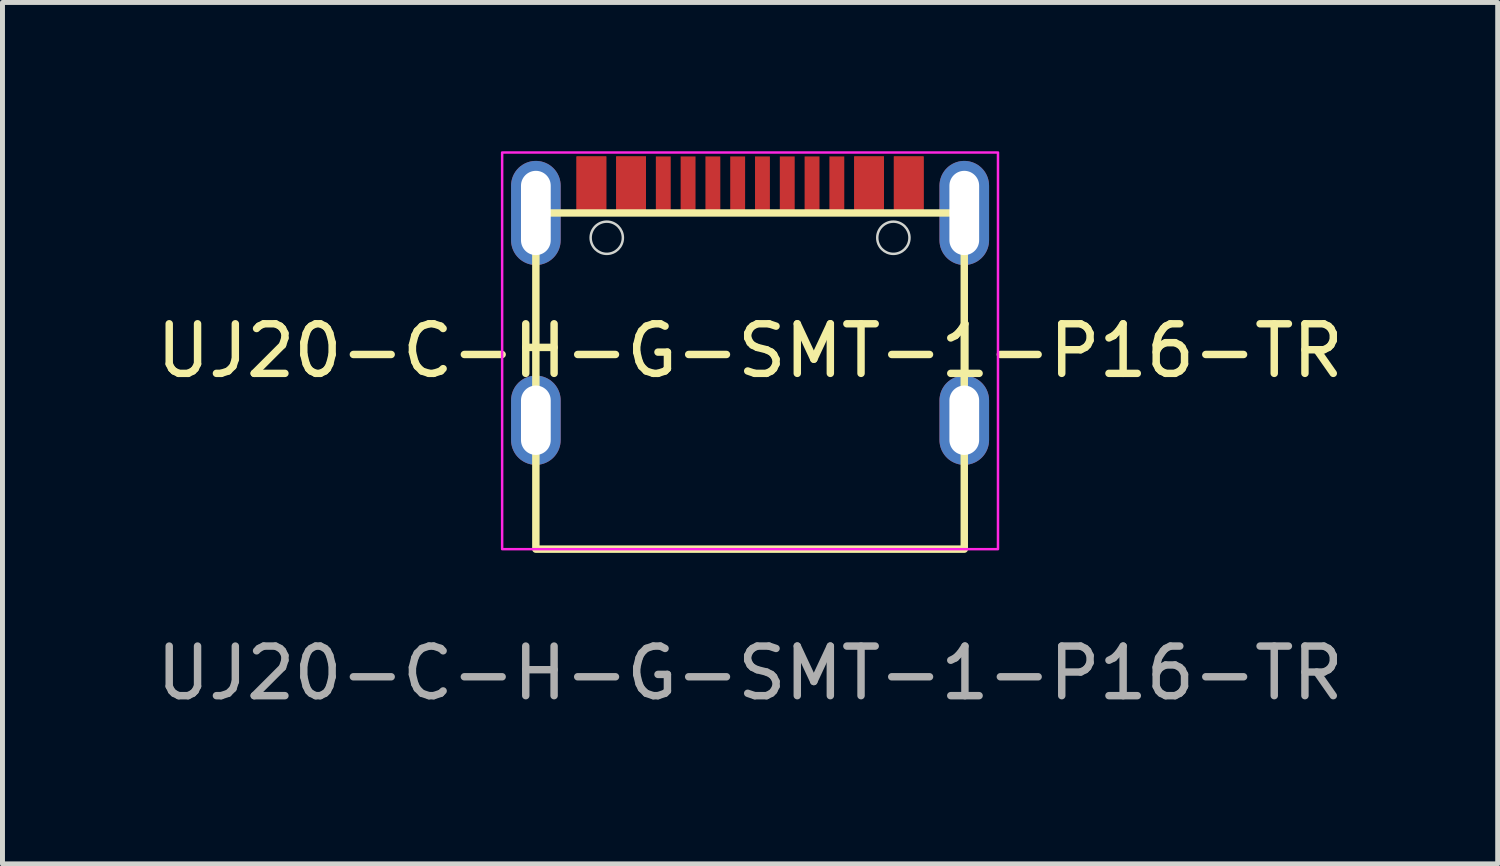
<source format=kicad_pcb>
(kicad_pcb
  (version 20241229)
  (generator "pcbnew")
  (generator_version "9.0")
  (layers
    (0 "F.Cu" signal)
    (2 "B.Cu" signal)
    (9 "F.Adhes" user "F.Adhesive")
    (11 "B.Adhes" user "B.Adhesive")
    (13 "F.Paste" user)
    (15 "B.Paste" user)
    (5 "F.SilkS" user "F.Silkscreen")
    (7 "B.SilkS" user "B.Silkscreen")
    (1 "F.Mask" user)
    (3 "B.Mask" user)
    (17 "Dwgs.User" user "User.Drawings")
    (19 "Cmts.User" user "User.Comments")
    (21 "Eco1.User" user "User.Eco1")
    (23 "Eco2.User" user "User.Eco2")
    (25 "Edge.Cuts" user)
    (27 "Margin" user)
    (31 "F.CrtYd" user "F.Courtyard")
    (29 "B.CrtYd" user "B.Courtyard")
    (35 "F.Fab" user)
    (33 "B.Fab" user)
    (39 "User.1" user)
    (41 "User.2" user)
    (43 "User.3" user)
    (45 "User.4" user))
  (footprint "UJ20-C-H-G-SMT-1-P16-TR"
    (layer "F.Cu")
    (at 12.077 8.025)
    (property "Reference" "UJ20-C-H-G-SMT-1-P16-TR" (at 0 -4 0) (unlocked yes) (layer "F.SilkS") (effects (font (size 1 1) (thickness 0.15))))
    (attr smd)
    (fp_rect (start -4.32 0) (end 4.32 -6.78) (stroke (width 0.15) (type solid)) (fill no) (layer "F.SilkS"))
    (fp_circle (center -2.89 -6.28) (end -2.565 -6.28) (stroke (width 0.05) (type solid)) (fill no) (layer "Edge.Cuts"))
    (fp_circle (center 2.89 -6.28) (end 3.215 -6.28) (stroke (width 0.05) (type solid)) (fill no) (layer "Edge.Cuts"))
    (fp_rect (start -5 -8) (end 5 0) (stroke (width 0.05) (type default)) (fill no) (layer "F.CrtYd"))
    (fp_text user "${REFERENCE}" (at 0 2.5 0) (unlocked yes) (layer "F.Fab") (effects (font (size 1 1) (thickness 0.15))))
    (pad "A1" smd rect (at -3.2 -7.35) (size 0.6 1.14) (layers "F.Cu" "F.Mask" "F.Paste"))
    (pad "A4" smd rect (at -2.4 -7.35) (size 0.6 1.14) (layers "F.Cu" "F.Mask" "F.Paste"))
    (pad "A5" smd rect (at -1.25 -7.35) (size 0.3 1.14) (layers "F.Cu" "F.Mask" "F.Paste"))
    (pad "A6" smd rect (at -0.25 -7.35) (size 0.3 1.14) (layers "F.Cu" "F.Mask" "F.Paste"))
    (pad "A7" smd rect (at 0.25 -7.35) (size 0.3 1.14) (layers "F.Cu" "F.Mask" "F.Paste"))
    (pad "A8" smd rect (at 1.25 -7.35) (size 0.3 1.14) (layers "F.Cu" "F.Mask" "F.Paste"))
    (pad "A9" smd rect (at 2.4 -7.35) (size 0.6 1.14) (layers "F.Cu" "F.Mask" "F.Paste"))
    (pad "A12" smd rect (at 3.2 -7.35) (size 0.6 1.14) (layers "F.Cu" "F.Mask" "F.Paste"))
    (pad "B1" smd rect (at 3.2 -7.35) (size 0.6 1.14) (layers "F.Cu" "F.Mask" "F.Paste"))
    (pad "B4" smd rect (at 2.4 -7.35) (size 0.6 1.14) (layers "F.Cu" "F.Mask" "F.Paste"))
    (pad "B5" smd rect (at 1.75 -7.35) (size 0.3 1.14) (layers "F.Cu" "F.Mask" "F.Paste"))
    (pad "B6" smd rect (at 0.75 -7.35) (size 0.3 1.14) (layers "F.Cu" "F.Mask" "F.Paste"))
    (pad "B7" smd rect (at -0.75 -7.35) (size 0.3 1.14) (layers "F.Cu" "F.Mask" "F.Paste"))
    (pad "B8" smd rect (at -1.75 -7.35) (size 0.3 1.14) (layers "F.Cu" "F.Mask" "F.Paste"))
    (pad "B9" smd rect (at -2.4 -7.35) (size 0.6 1.14) (layers "F.Cu" "F.Mask" "F.Paste"))
    (pad "B12" smd rect (at -3.2 -7.35) (size 0.6 1.14) (layers "F.Cu" "F.Mask" "F.Paste"))
    (pad "S1" thru_hole oval (at -4.32 -6.78) (size 1 2.1) (drill oval 0.6 1.7) (layers "*.Cu" "*.Mask" "F.Paste"))
    (pad "S1" thru_hole oval (at -4.32 -2.6) (size 1 1.8) (drill oval 0.6 1.4) (layers "*.Cu" "*.Mask" "F.Paste"))
    (pad "S1" thru_hole oval (at 4.32 -6.78) (size 1 2.1) (drill oval 0.6 1.7) (layers "*.Cu" "*.Mask" "F.Paste"))
    (pad "S1" thru_hole oval (at 4.32 -2.6) (size 1 1.8) (drill oval 0.6 1.4) (layers "*.Cu" "*.Mask" "F.Paste")))
  (gr_rect
    (start -3 -3)
    (end 27.155 14.373)
    (stroke (width 0.1) (type default))
    (fill no)
    (layer "Edge.Cuts")))
</source>
